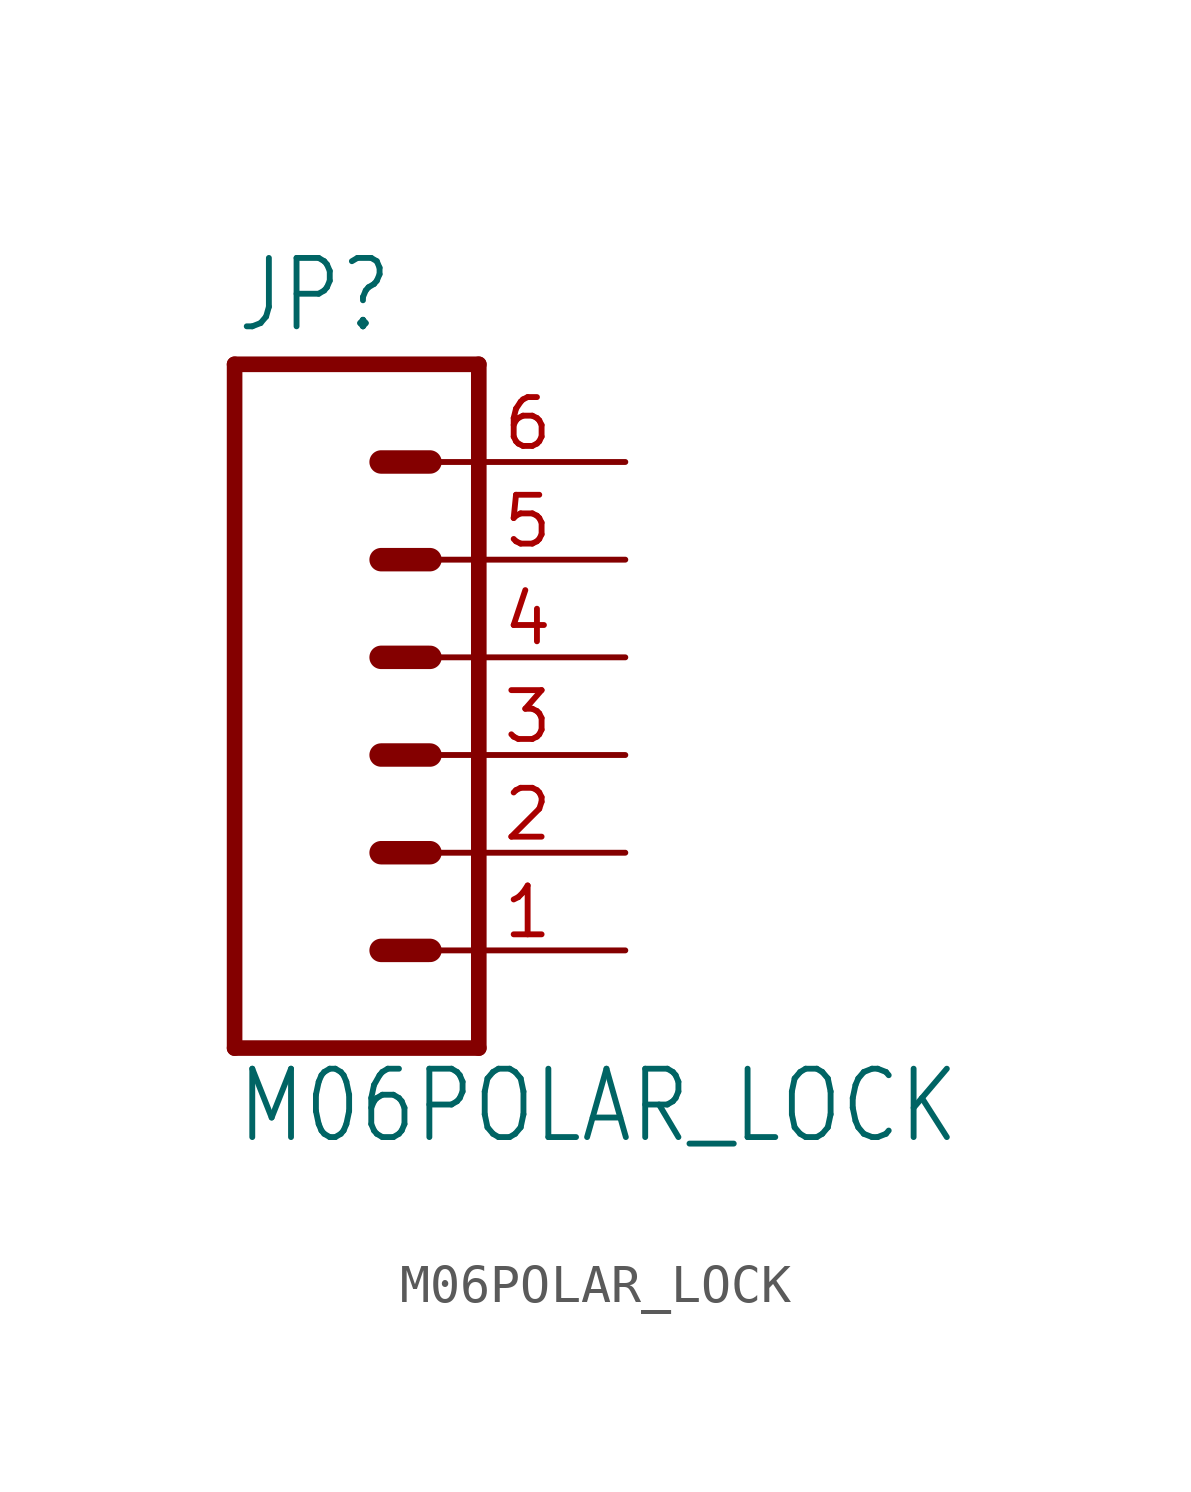
<source format=kicad_sym>
(kicad_symbol_lib
  (version 20201005)
  (generator kicad_symbol_editor)
  (symbol "M06POLAR_LOCK"
    (property "Reference" "JP"
      (at -5.08 10.922 0)
      (effects (font (size 1.778 1.511)) (justify left bottom)))
    (property "Value" "M06POLAR_LOCK"
      (at -5.08 -10.16 0)
      (effects (font (size 1.778 1.511)) (justify left bottom)))
    (property "ki_locked" ""
      (at 0 0 0)
      (effects (font (size 1.27 1.27))))
    (symbol "M06POLAR_LOCK_1_0"
      (polyline (pts (xy 1.27 -7.62) (xy -5.08 -7.62)) (stroke (width 0.406)) (fill (type none)))
      (polyline (pts (xy -1.27 0) (xy 0 0)) (stroke (width 0.61)) (fill (type none)))
      (polyline (pts (xy -1.27 -2.54) (xy 0 -2.54)) (stroke (width 0.61)) (fill (type none)))
      (polyline (pts (xy -1.27 -5.08) (xy 0 -5.08)) (stroke (width 0.61)) (fill (type none)))
      (polyline (pts (xy -5.08 10.16) (xy -5.08 -7.62)) (stroke (width 0.406)) (fill (type none)))
      (polyline (pts (xy 1.27 -7.62) (xy 1.27 10.16)) (stroke (width 0.406)) (fill (type none)))
      (polyline (pts (xy -5.08 10.16) (xy 1.27 10.16)) (stroke (width 0.406)) (fill (type none)))
      (polyline (pts (xy -1.27 5.08) (xy 0 5.08)) (stroke (width 0.61)) (fill (type none)))
      (polyline (pts (xy -1.27 2.54) (xy 0 2.54)) (stroke (width 0.61)) (fill (type none)))
      (polyline (pts (xy -1.27 7.62) (xy 0 7.62)) (stroke (width 0.61)) (fill (type none)))
      (pin passive line (at 5.08 -5.08 180) (length 5.08) (name "1" (effects (font (size 0 0)))) (number "1" (effects (font (size 1.27 1.27)))))
      (pin passive line (at 5.08 -2.54 180) (length 5.08) (name "2" (effects (font (size 0 0)))) (number "2" (effects (font (size 1.27 1.27)))))
      (pin passive line (at 5.08 0 180) (length 5.08) (name "3" (effects (font (size 0 0)))) (number "3" (effects (font (size 1.27 1.27)))))
      (pin passive line (at 5.08 2.54 180) (length 5.08) (name "4" (effects (font (size 0 0)))) (number "4" (effects (font (size 1.27 1.27)))))
      (pin passive line (at 5.08 5.08 180) (length 5.08) (name "5" (effects (font (size 0 0)))) (number "5" (effects (font (size 1.27 1.27)))))
      (pin passive line (at 5.08 7.62 180) (length 5.08) (name "6" (effects (font (size 0 0)))) (number "6" (effects (font (size 1.27 1.27))))))))
</source>
